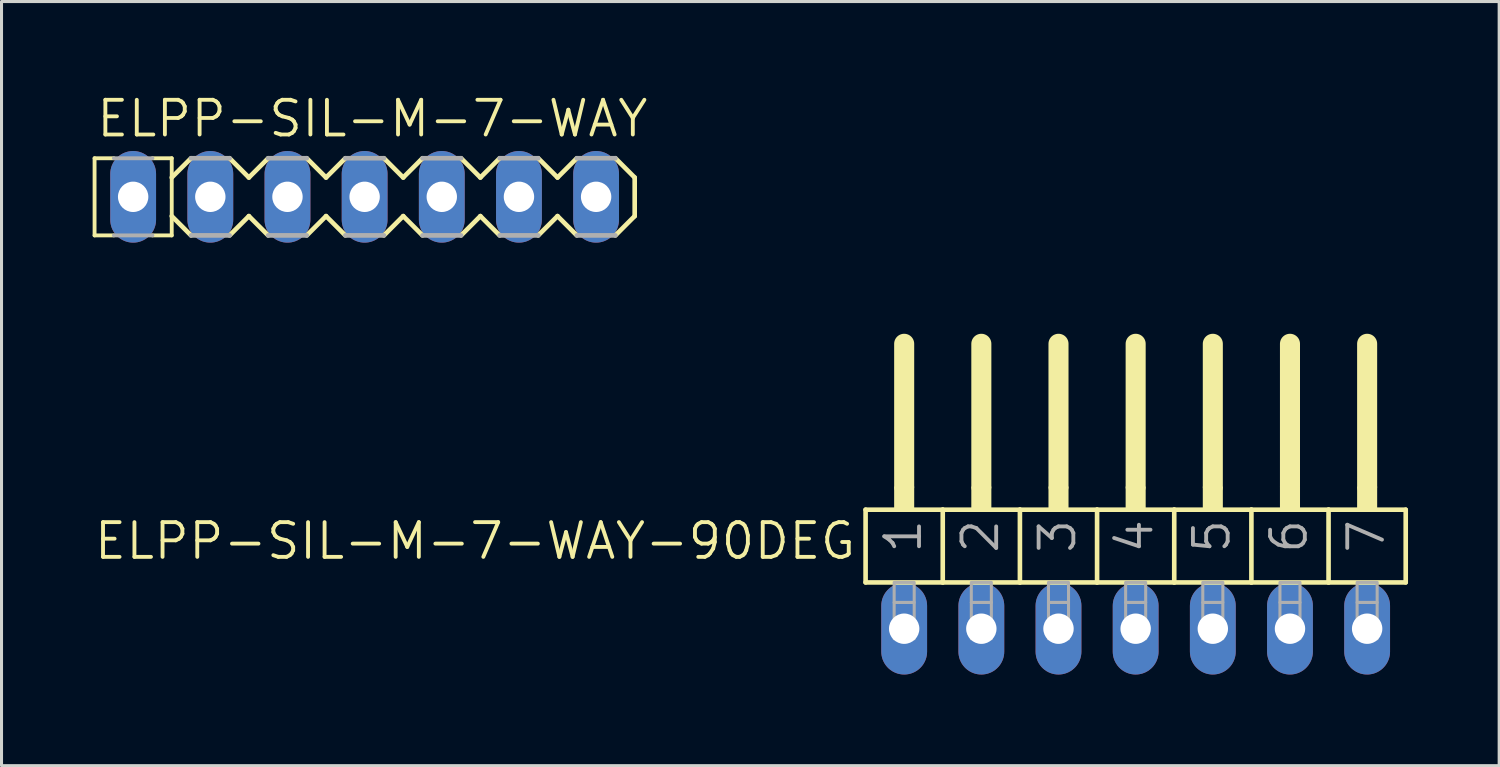
<source format=kicad_pcb>
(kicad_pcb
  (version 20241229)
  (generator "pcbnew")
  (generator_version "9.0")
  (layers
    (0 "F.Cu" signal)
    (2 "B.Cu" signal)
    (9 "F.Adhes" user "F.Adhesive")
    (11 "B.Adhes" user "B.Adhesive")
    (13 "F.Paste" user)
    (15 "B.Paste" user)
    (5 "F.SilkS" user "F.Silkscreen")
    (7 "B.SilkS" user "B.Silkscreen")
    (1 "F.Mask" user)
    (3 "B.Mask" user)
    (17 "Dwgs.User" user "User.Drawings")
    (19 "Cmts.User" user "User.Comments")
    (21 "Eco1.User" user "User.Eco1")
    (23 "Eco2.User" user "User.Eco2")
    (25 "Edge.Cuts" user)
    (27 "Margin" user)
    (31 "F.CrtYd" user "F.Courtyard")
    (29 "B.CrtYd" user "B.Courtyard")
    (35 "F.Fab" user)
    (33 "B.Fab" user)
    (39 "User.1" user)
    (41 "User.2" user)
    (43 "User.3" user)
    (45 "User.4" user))
  (footprint "ELPP-SIL-M-7-WAY-90DEG"
    (layer "F.Cu")
    (at 34.334 17.646)
    (property "Reference" "ELPP-SIL-M-7-WAY-90DEG" (at -9.144 -3.556 0) (unlocked yes) (layer "F.SilkS") (effects (font (size 1.143 1.143) (thickness 0.127)) (justify right top)))
    (fp_line (start -8.89 -3.918) (end -6.35 -3.918) (stroke (width 0.152) (type solid)) (layer "F.SilkS"))
    (fp_line (start -8.89 -1.524) (end -8.89 -3.918) (stroke (width 0.152) (type solid)) (layer "F.SilkS"))
    (fp_line (start -7.62 -4.68) (end -7.62 -9.379) (stroke (width 0.66) (type solid)) (layer "F.SilkS"))
    (fp_line (start -6.35 -3.918) (end -3.81 -3.918) (stroke (width 0.152) (type solid)) (layer "F.SilkS"))
    (fp_line (start -6.35 -1.524) (end -8.89 -1.524) (stroke (width 0.152) (type solid)) (layer "F.SilkS"))
    (fp_line (start -6.35 -1.524) (end -6.35 -3.918) (stroke (width 0.152) (type solid)) (layer "F.SilkS"))
    (fp_line (start -6.35 -1.524) (end -3.81 -1.524) (stroke (width 0.152) (type solid)) (layer "F.SilkS"))
    (fp_line (start -5.08 -4.68) (end -5.08 -9.379) (stroke (width 0.66) (type solid)) (layer "F.SilkS"))
    (fp_line (start -3.81 -3.918) (end -1.27 -3.918) (stroke (width 0.152) (type solid)) (layer "F.SilkS"))
    (fp_line (start -3.81 -1.524) (end -3.81 -3.918) (stroke (width 0.152) (type solid)) (layer "F.SilkS"))
    (fp_line (start -2.54 -4.68) (end -2.54 -9.379) (stroke (width 0.66) (type solid)) (layer "F.SilkS"))
    (fp_line (start -1.27 -3.918) (end 1.27 -3.918) (stroke (width 0.152) (type solid)) (layer "F.SilkS"))
    (fp_line (start -1.27 -1.524) (end -3.81 -1.524) (stroke (width 0.152) (type solid)) (layer "F.SilkS"))
    (fp_line (start -1.27 -1.524) (end -1.27 -3.918) (stroke (width 0.152) (type solid)) (layer "F.SilkS"))
    (fp_line (start 0 -4.68) (end 0 -9.379) (stroke (width 0.66) (type solid)) (layer "F.SilkS"))
    (fp_line (start 1.27 -3.918) (end 3.81 -3.918) (stroke (width 0.152) (type solid)) (layer "F.SilkS"))
    (fp_line (start 1.27 -1.524) (end -1.27 -1.524) (stroke (width 0.152) (type solid)) (layer "F.SilkS"))
    (fp_line (start 1.27 -1.524) (end 1.27 -3.918) (stroke (width 0.152) (type solid)) (layer "F.SilkS"))
    (fp_line (start 2.54 -4.68) (end 2.54 -9.379) (stroke (width 0.66) (type solid)) (layer "F.SilkS"))
    (fp_line (start 3.81 -3.918) (end 6.35 -3.918) (stroke (width 0.152) (type solid)) (layer "F.SilkS"))
    (fp_line (start 3.81 -1.524) (end 1.27 -1.524) (stroke (width 0.152) (type solid)) (layer "F.SilkS"))
    (fp_line (start 3.81 -1.524) (end 3.81 -3.918) (stroke (width 0.152) (type solid)) (layer "F.SilkS"))
    (fp_line (start 5.08 -4.68) (end 5.08 -9.379) (stroke (width 0.66) (type solid)) (layer "F.SilkS"))
    (fp_line (start 6.35 -3.918) (end 8.89 -3.918) (stroke (width 0.152) (type solid)) (layer "F.SilkS"))
    (fp_line (start 6.35 -1.524) (end 3.81 -1.524) (stroke (width 0.152) (type solid)) (layer "F.SilkS"))
    (fp_line (start 6.35 -1.524) (end 6.35 -3.918) (stroke (width 0.152) (type solid)) (layer "F.SilkS"))
    (fp_line (start 6.35 -1.524) (end 8.89 -1.524) (stroke (width 0.152) (type solid)) (layer "F.SilkS"))
    (fp_line (start 7.62 -4.68) (end 7.62 -9.379) (stroke (width 0.66) (type solid)) (layer "F.SilkS"))
    (fp_line (start 8.89 -1.524) (end 8.89 -3.918) (stroke (width 0.152) (type solid)) (layer "F.SilkS"))
    (fp_poly (pts (xy -7.95 -3.918) (xy -7.29 -3.918) (xy -7.29 -4.68) (xy -7.95 -4.68)) (stroke (width 0) (type default)) (fill yes) (layer "F.SilkS"))
    (fp_poly (pts (xy -5.41 -3.918) (xy -4.75 -3.918) (xy -4.75 -4.68) (xy -5.41 -4.68)) (stroke (width 0) (type default)) (fill yes) (layer "F.SilkS"))
    (fp_poly (pts (xy -2.87 -3.918) (xy -2.21 -3.918) (xy -2.21 -4.68) (xy -2.87 -4.68)) (stroke (width 0) (type default)) (fill yes) (layer "F.SilkS"))
    (fp_poly (pts (xy -0.33 -3.918) (xy 0.33 -3.918) (xy 0.33 -4.68) (xy -0.33 -4.68)) (stroke (width 0) (type default)) (fill yes) (layer "F.SilkS"))
    (fp_poly (pts (xy 2.21 -3.918) (xy 2.87 -3.918) (xy 2.87 -4.68) (xy 2.21 -4.68)) (stroke (width 0) (type default)) (fill yes) (layer "F.SilkS"))
    (fp_poly (pts (xy 4.75 -3.918) (xy 5.41 -3.918) (xy 5.41 -4.68) (xy 4.75 -4.68)) (stroke (width 0) (type default)) (fill yes) (layer "F.SilkS"))
    (fp_poly (pts (xy 7.29 -3.918) (xy 7.95 -3.918) (xy 7.95 -4.68) (xy 7.29 -4.68)) (stroke (width 0) (type default)) (fill yes) (layer "F.SilkS"))
    (fp_poly (pts (xy -7.95 -0.864) (xy -7.29 -0.864) (xy -7.29 -1.524) (xy -7.95 -1.524)) (stroke (width 0.1) (type default)) (fill no) (layer "F.Fab"))
    (fp_poly (pts (xy -7.95 0.33) (xy -7.29 0.33) (xy -7.29 -0.864) (xy -7.95 -0.864)) (stroke (width 0.1) (type default)) (fill no) (layer "F.Fab"))
    (fp_poly (pts (xy -5.41 -0.864) (xy -4.75 -0.864) (xy -4.75 -1.524) (xy -5.41 -1.524)) (stroke (width 0.1) (type default)) (fill no) (layer "F.Fab"))
    (fp_poly (pts (xy -5.41 0.33) (xy -4.75 0.33) (xy -4.75 -0.864) (xy -5.41 -0.864)) (stroke (width 0.1) (type default)) (fill no) (layer "F.Fab"))
    (fp_poly (pts (xy -2.87 -0.864) (xy -2.21 -0.864) (xy -2.21 -1.524) (xy -2.87 -1.524)) (stroke (width 0.1) (type default)) (fill no) (layer "F.Fab"))
    (fp_poly (pts (xy -2.87 0.33) (xy -2.21 0.33) (xy -2.21 -0.864) (xy -2.87 -0.864)) (stroke (width 0.1) (type default)) (fill no) (layer "F.Fab"))
    (fp_poly (pts (xy -0.33 -0.864) (xy 0.33 -0.864) (xy 0.33 -1.524) (xy -0.33 -1.524)) (stroke (width 0.1) (type default)) (fill no) (layer "F.Fab"))
    (fp_poly (pts (xy -0.33 0.33) (xy 0.33 0.33) (xy 0.33 -0.864) (xy -0.33 -0.864)) (stroke (width 0.1) (type default)) (fill no) (layer "F.Fab"))
    (fp_poly (pts (xy 2.21 -0.864) (xy 2.87 -0.864) (xy 2.87 -1.524) (xy 2.21 -1.524)) (stroke (width 0.1) (type default)) (fill no) (layer "F.Fab"))
    (fp_poly (pts (xy 2.21 0.33) (xy 2.87 0.33) (xy 2.87 -0.864) (xy 2.21 -0.864)) (stroke (width 0.1) (type default)) (fill no) (layer "F.Fab"))
    (fp_poly (pts (xy 4.75 -0.864) (xy 5.41 -0.864) (xy 5.41 -1.524) (xy 4.75 -1.524)) (stroke (width 0.1) (type default)) (fill no) (layer "F.Fab"))
    (fp_poly (pts (xy 4.75 0.33) (xy 5.41 0.33) (xy 5.41 -0.864) (xy 4.75 -0.864)) (stroke (width 0.1) (type default)) (fill no) (layer "F.Fab"))
    (fp_poly (pts (xy 7.29 -0.864) (xy 7.95 -0.864) (xy 7.95 -1.524) (xy 7.29 -1.524)) (stroke (width 0.1) (type default)) (fill no) (layer "F.Fab"))
    (fp_poly (pts (xy 7.29 0.33) (xy 7.95 0.33) (xy 7.95 -0.864) (xy 7.29 -0.864)) (stroke (width 0.1) (type default)) (fill no) (layer "F.Fab"))
    (fp_text user "2" (at -4.445 -2.413 90) (layer "F.Fab") (effects (font (size 1.143 1.143) (thickness 0.127)) (justify left bottom)))
    (fp_text user "3" (at -1.905 -2.413 90) (layer "F.Fab") (effects (font (size 1.143 1.143) (thickness 0.127)) (justify left bottom)))
    (fp_text user "6" (at 5.715 -2.413 90) (layer "F.Fab") (effects (font (size 1.143 1.143) (thickness 0.127)) (justify left bottom)))
    (fp_text user "5" (at 3.175 -2.413 90) (layer "F.Fab") (effects (font (size 1.143 1.143) (thickness 0.127)) (justify left bottom)))
    (fp_text user "7" (at 8.255 -2.413 90) (layer "F.Fab") (effects (font (size 1.143 1.143) (thickness 0.127)) (justify left bottom)))
    (fp_text user "4" (at 0.635 -2.413 90) (layer "F.Fab") (effects (font (size 1.143 1.143) (thickness 0.127)) (justify left bottom)))
    (fp_text user "1" (at -6.985 -2.413 90) (layer "F.Fab") (effects (font (size 1.143 1.143) (thickness 0.127)) (justify left bottom)))
    (pad "1" thru_hole oval (at -7.62 0 90) (size 3.016 1.508) (drill 1) (layers "*.Cu" "*.Mask"))
    (pad "2" thru_hole oval (at -5.08 0 90) (size 3.016 1.508) (drill 1) (layers "*.Cu" "*.Mask"))
    (pad "3" thru_hole oval (at -2.54 0 90) (size 3.016 1.508) (drill 1) (layers "*.Cu" "*.Mask"))
    (pad "4" thru_hole oval (at 0 0 90) (size 3.016 1.508) (drill 1) (layers "*.Cu" "*.Mask"))
    (pad "5" thru_hole oval (at 2.54 0 90) (size 3.016 1.508) (drill 1) (layers "*.Cu" "*.Mask"))
    (pad "6" thru_hole oval (at 5.08 0 90) (size 3.016 1.508) (drill 1) (layers "*.Cu" "*.Mask"))
    (pad "7" thru_hole oval (at 7.62 0 90) (size 3.016 1.508) (drill 1) (layers "*.Cu" "*.Mask")))
  (footprint "ELPP-SIL-M-7-WAY"
    (layer "F.Cu")
    (at 6.413 3.429)
    (property "Reference" "ELPP-SIL-M-7-WAY" (at -6.35 -1.905 0) (unlocked yes) (layer "F.SilkS") (effects (font (size 1.143 1.143) (thickness 0.127)) (justify left bottom)))
    (fp_line (start -6.35 -1.27) (end -6.35 1.27) (stroke (width 0.127) (type solid)) (layer "F.SilkS"))
    (fp_line (start -6.35 -1.27) (end -5.715 -1.27) (stroke (width 0.127) (type solid)) (layer "F.SilkS"))
    (fp_line (start -6.35 1.27) (end -5.715 1.27) (stroke (width 0.127) (type solid)) (layer "F.SilkS"))
    (fp_line (start -3.81 -1.27) (end -4.445 -1.27) (stroke (width 0.127) (type solid)) (layer "F.SilkS"))
    (fp_line (start -3.81 -1.27) (end -3.81 1.27) (stroke (width 0.127) (type solid)) (layer "F.SilkS"))
    (fp_line (start -3.81 -0.635) (end -3.175 -1.27) (stroke (width 0.152) (type solid)) (layer "F.SilkS"))
    (fp_line (start -3.81 1.27) (end -4.445 1.27) (stroke (width 0.127) (type solid)) (layer "F.SilkS"))
    (fp_line (start -3.175 1.27) (end -3.81 0.635) (stroke (width 0.152) (type solid)) (layer "F.SilkS"))
    (fp_line (start -1.905 -1.27) (end -1.27 -0.635) (stroke (width 0.152) (type solid)) (layer "F.SilkS"))
    (fp_line (start -1.27 -0.635) (end -0.635 -1.27) (stroke (width 0.152) (type solid)) (layer "F.SilkS"))
    (fp_line (start -1.27 0.635) (end -1.905 1.27) (stroke (width 0.152) (type solid)) (layer "F.SilkS"))
    (fp_line (start -0.635 1.27) (end -1.27 0.635) (stroke (width 0.152) (type solid)) (layer "F.SilkS"))
    (fp_line (start 0.635 -1.27) (end 1.27 -0.635) (stroke (width 0.152) (type solid)) (layer "F.SilkS"))
    (fp_line (start 1.27 0.635) (end 0.635 1.27) (stroke (width 0.152) (type solid)) (layer "F.SilkS"))
    (fp_line (start 1.27 0.635) (end 1.905 1.27) (stroke (width 0.152) (type solid)) (layer "F.SilkS"))
    (fp_line (start 1.905 -1.27) (end 1.27 -0.635) (stroke (width 0.152) (type solid)) (layer "F.SilkS"))
    (fp_line (start 3.175 -1.27) (end 3.81 -0.635) (stroke (width 0.152) (type solid)) (layer "F.SilkS"))
    (fp_line (start 3.81 -0.635) (end 4.445 -1.27) (stroke (width 0.152) (type solid)) (layer "F.SilkS"))
    (fp_line (start 3.81 0.635) (end 3.175 1.27) (stroke (width 0.152) (type solid)) (layer "F.SilkS"))
    (fp_line (start 4.445 1.27) (end 3.81 0.635) (stroke (width 0.152) (type solid)) (layer "F.SilkS"))
    (fp_line (start 5.715 -1.27) (end 6.35 -0.635) (stroke (width 0.152) (type solid)) (layer "F.SilkS"))
    (fp_line (start 6.35 -0.635) (end 6.985 -1.27) (stroke (width 0.152) (type solid)) (layer "F.SilkS"))
    (fp_line (start 6.35 0.635) (end 5.715 1.27) (stroke (width 0.152) (type solid)) (layer "F.SilkS"))
    (fp_line (start 6.985 1.27) (end 6.35 0.635) (stroke (width 0.152) (type solid)) (layer "F.SilkS"))
    (fp_line (start 8.255 -1.27) (end 8.89 -0.635) (stroke (width 0.152) (type solid)) (layer "F.SilkS"))
    (fp_line (start 8.89 -0.635) (end 9.525 -1.27) (stroke (width 0.152) (type solid)) (layer "F.SilkS"))
    (fp_line (start 8.89 0.635) (end 8.255 1.27) (stroke (width 0.152) (type solid)) (layer "F.SilkS"))
    (fp_line (start 9.525 1.27) (end 8.89 0.635) (stroke (width 0.152) (type solid)) (layer "F.SilkS"))
    (fp_line (start 10.795 -1.27) (end 11.43 -0.635) (stroke (width 0.152) (type solid)) (layer "F.SilkS"))
    (fp_line (start 11.43 -0.635) (end 11.43 0.635) (stroke (width 0.152) (type solid)) (layer "F.SilkS"))
    (fp_line (start 11.43 0.635) (end 10.795 1.27) (stroke (width 0.152) (type solid)) (layer "F.SilkS"))
    (fp_line (start -5.715 -1.27) (end -4.445 -1.27) (stroke (width 0.127) (type solid)) (layer "F.Fab"))
    (fp_line (start -5.715 1.27) (end -4.445 1.27) (stroke (width 0.127) (type solid)) (layer "F.Fab"))
    (fp_line (start -3.175 -1.27) (end -1.905 -1.27) (stroke (width 0.152) (type solid)) (layer "F.Fab"))
    (fp_line (start -1.905 1.27) (end -3.175 1.27) (stroke (width 0.152) (type solid)) (layer "F.Fab"))
    (fp_line (start -0.635 -1.27) (end 0.635 -1.27) (stroke (width 0.152) (type solid)) (layer "F.Fab"))
    (fp_line (start 0.635 1.27) (end -0.635 1.27) (stroke (width 0.152) (type solid)) (layer "F.Fab"))
    (fp_line (start 1.905 -1.27) (end 3.175 -1.27) (stroke (width 0.152) (type solid)) (layer "F.Fab"))
    (fp_line (start 3.175 1.27) (end 1.905 1.27) (stroke (width 0.152) (type solid)) (layer "F.Fab"))
    (fp_line (start 4.445 -1.27) (end 5.715 -1.27) (stroke (width 0.152) (type solid)) (layer "F.Fab"))
    (fp_line (start 5.715 1.27) (end 4.445 1.27) (stroke (width 0.152) (type solid)) (layer "F.Fab"))
    (fp_line (start 6.985 -1.27) (end 8.255 -1.27) (stroke (width 0.152) (type solid)) (layer "F.Fab"))
    (fp_line (start 8.255 1.27) (end 6.985 1.27) (stroke (width 0.152) (type solid)) (layer "F.Fab"))
    (fp_line (start 9.525 -1.27) (end 10.795 -1.27) (stroke (width 0.152) (type solid)) (layer "F.Fab"))
    (fp_line (start 10.795 1.27) (end 9.525 1.27) (stroke (width 0.152) (type solid)) (layer "F.Fab"))
    (fp_poly (pts (xy -5.334 0.254) (xy -4.826 0.254) (xy -4.826 -0.254) (xy -5.334 -0.254)) (stroke (width 0.1) (type default)) (fill no) (layer "F.Fab"))
    (fp_poly (pts (xy -2.794 0.254) (xy -2.286 0.254) (xy -2.286 -0.254) (xy -2.794 -0.254)) (stroke (width 0.1) (type default)) (fill no) (layer "F.Fab"))
    (fp_poly (pts (xy -0.254 0.254) (xy 0.254 0.254) (xy 0.254 -0.254) (xy -0.254 -0.254)) (stroke (width 0.1) (type default)) (fill no) (layer "F.Fab"))
    (fp_poly (pts (xy 2.286 0.254) (xy 2.794 0.254) (xy 2.794 -0.254) (xy 2.286 -0.254)) (stroke (width 0.1) (type default)) (fill no) (layer "F.Fab"))
    (fp_poly (pts (xy 4.826 0.254) (xy 5.334 0.254) (xy 5.334 -0.254) (xy 4.826 -0.254)) (stroke (width 0.1) (type default)) (fill no) (layer "F.Fab"))
    (fp_poly (pts (xy 7.366 0.254) (xy 7.874 0.254) (xy 7.874 -0.254) (xy 7.366 -0.254)) (stroke (width 0.1) (type default)) (fill no) (layer "F.Fab"))
    (fp_poly (pts (xy 9.906 0.254) (xy 10.414 0.254) (xy 10.414 -0.254) (xy 9.906 -0.254)) (stroke (width 0.1) (type default)) (fill no) (layer "F.Fab"))
    (pad "1" thru_hole oval (at -5.08 0 90) (size 3.016 1.508) (drill 1) (layers "*.Cu" "*.Mask"))
    (pad "2" thru_hole oval (at -2.54 0 90) (size 3.016 1.508) (drill 1) (layers "*.Cu" "*.Mask"))
    (pad "3" thru_hole oval (at 0 0 90) (size 3.016 1.508) (drill 1) (layers "*.Cu" "*.Mask"))
    (pad "4" thru_hole oval (at 2.54 0 90) (size 3.016 1.508) (drill 1) (layers "*.Cu" "*.Mask"))
    (pad "5" thru_hole oval (at 5.08 0 90) (size 3.016 1.508) (drill 1) (layers "*.Cu" "*.Mask"))
    (pad "6" thru_hole oval (at 7.62 0 90) (size 3.016 1.508) (drill 1) (layers "*.Cu" "*.Mask"))
    (pad "7" thru_hole oval (at 10.16 0 90) (size 3.016 1.508) (drill 1) (layers "*.Cu" "*.Mask")))
  (gr_rect
    (start -3 -3)
    (end 46.3 22.154)
    (stroke (width 0.1) (type default))
    (fill no)
    (layer "Edge.Cuts")))
</source>
